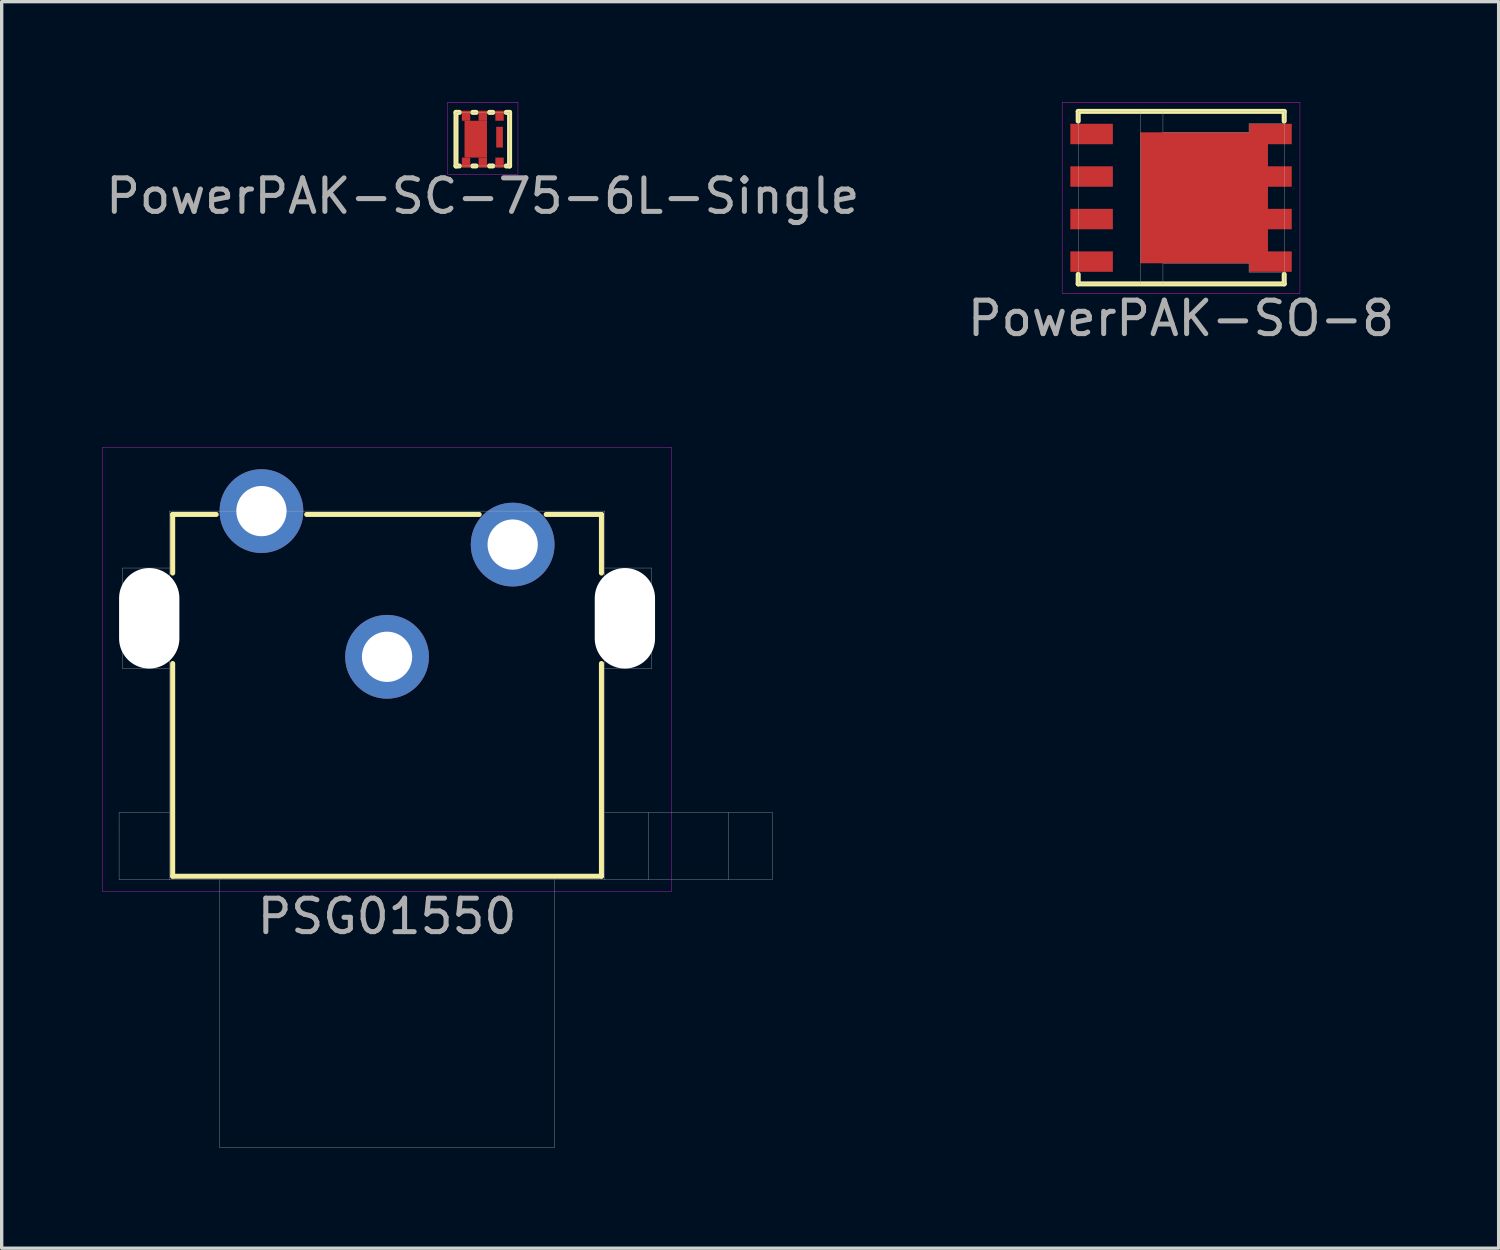
<source format=kicad_pcb>
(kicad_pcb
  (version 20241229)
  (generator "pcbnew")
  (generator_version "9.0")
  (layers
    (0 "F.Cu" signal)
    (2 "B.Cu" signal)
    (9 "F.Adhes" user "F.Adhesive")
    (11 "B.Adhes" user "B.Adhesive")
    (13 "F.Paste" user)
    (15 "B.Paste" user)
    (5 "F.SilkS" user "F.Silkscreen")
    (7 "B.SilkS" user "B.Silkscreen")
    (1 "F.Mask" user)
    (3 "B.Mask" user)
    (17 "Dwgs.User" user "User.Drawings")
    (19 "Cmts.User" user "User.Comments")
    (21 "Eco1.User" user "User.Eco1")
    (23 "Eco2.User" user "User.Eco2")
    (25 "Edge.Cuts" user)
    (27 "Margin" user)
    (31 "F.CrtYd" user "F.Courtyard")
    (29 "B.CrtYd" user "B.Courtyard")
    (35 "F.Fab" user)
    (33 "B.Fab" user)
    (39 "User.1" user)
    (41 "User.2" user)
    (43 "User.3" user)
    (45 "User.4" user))
  (footprint "PSG01550"
    (layer "F.Cu")
    (at 8.505 16.558)
    (property "Reference" "PSG01550" (at 0 7.75 0) (layer "F.Fab") (effects (font (size 1 1) (thickness 0.15))))
    (attr through_hole)
    (fp_line (start -6.4 -4.25) (end -6.4 -2.5) (stroke (width 0.15) (type solid)) (layer "F.SilkS"))
    (fp_line (start -6.4 -4.25) (end -5.1 -4.25) (stroke (width 0.15) (type solid)) (layer "F.SilkS"))
    (fp_line (start -6.4 0.2) (end -6.4 6.55) (stroke (width 0.15) (type solid)) (layer "F.SilkS"))
    (fp_line (start -6.4 6.55) (end 6.4 6.55) (stroke (width 0.15) (type solid)) (layer "F.SilkS"))
    (fp_line (start 2.75 -4.25) (end -2.4 -4.25) (stroke (width 0.15) (type solid)) (layer "F.SilkS"))
    (fp_line (start 6.4 -4.25) (end 4.75 -4.25) (stroke (width 0.15) (type solid)) (layer "F.SilkS"))
    (fp_line (start 6.4 -2.5) (end 6.4 -4.25) (stroke (width 0.15) (type solid)) (layer "F.SilkS"))
    (fp_line (start 6.4 6.55) (end 6.4 0.2) (stroke (width 0.15) (type solid)) (layer "F.SilkS"))
    (fp_line (start -8.5 -6.25) (end 8.5 -6.25) (stroke (width 0.01) (type solid)) (layer "F.CrtYd"))
    (fp_line (start -8.5 7) (end -8.5 -6.25) (stroke (width 0.01) (type solid)) (layer "F.CrtYd"))
    (fp_line (start 8.5 -6.25) (end 8.5 7) (stroke (width 0.01) (type solid)) (layer "F.CrtYd"))
    (fp_line (start 8.5 7) (end -8.5 7) (stroke (width 0.01) (type solid)) (layer "F.CrtYd"))
    (fp_line (start -8 4.65) (end -6.5 4.65) (stroke (width 0.01) (type solid)) (layer "F.Fab"))
    (fp_line (start -8 5.15) (end -8 4.65) (stroke (width 0.01) (type solid)) (layer "F.Fab"))
    (fp_line (start -8 6.65) (end -8 5.15) (stroke (width 0.01) (type solid)) (layer "F.Fab"))
    (fp_line (start -7.9 -2.65) (end -7.9 0.35) (stroke (width 0.01) (type solid)) (layer "F.Fab"))
    (fp_line (start -7.9 0.35) (end -6.5 0.35) (stroke (width 0.01) (type solid)) (layer "F.Fab"))
    (fp_line (start -6.5 -4.35) (end 6.5 -4.35) (stroke (width 0.01) (type solid)) (layer "F.Fab"))
    (fp_line (start -6.5 -2.65) (end -7.9 -2.65) (stroke (width 0.01) (type solid)) (layer "F.Fab"))
    (fp_line (start -6.5 6.65) (end -8 6.65) (stroke (width 0.01) (type solid)) (layer "F.Fab"))
    (fp_line (start -6.5 6.65) (end -6.5 -4.35) (stroke (width 0.01) (type solid)) (layer "F.Fab"))
    (fp_line (start -6.5 6.65) (end 6.5 6.65) (stroke (width 0.01) (type solid)) (layer "F.Fab"))
    (fp_line (start -5 6.65) (end -5 14.65) (stroke (width 0.01) (type solid)) (layer "F.Fab"))
    (fp_line (start -5 14.65) (end 5 14.65) (stroke (width 0.01) (type solid)) (layer "F.Fab"))
    (fp_line (start 5 14.65) (end 5 6.65) (stroke (width 0.01) (type solid)) (layer "F.Fab"))
    (fp_line (start 6.5 -4.35) (end 6.5 6.65) (stroke (width 0.01) (type solid)) (layer "F.Fab"))
    (fp_line (start 6.5 -2.65) (end 7.9 -2.65) (stroke (width 0.01) (type solid)) (layer "F.Fab"))
    (fp_line (start 6.5 6.65) (end 7.8 6.65) (stroke (width 0.01) (type solid)) (layer "F.Fab"))
    (fp_line (start 7.8 4.65) (end 6.5 4.65) (stroke (width 0.01) (type solid)) (layer "F.Fab"))
    (fp_line (start 7.8 4.65) (end 10.2 4.65) (stroke (width 0.01) (type solid)) (layer "F.Fab"))
    (fp_line (start 7.8 6.65) (end 7.8 4.65) (stroke (width 0.01) (type solid)) (layer "F.Fab"))
    (fp_line (start 7.9 -2.65) (end 7.9 0.35) (stroke (width 0.01) (type solid)) (layer "F.Fab"))
    (fp_line (start 7.9 0.35) (end 6.5 0.35) (stroke (width 0.01) (type solid)) (layer "F.Fab"))
    (fp_line (start 10.2 4.65) (end 10.2 6.65) (stroke (width 0.01) (type solid)) (layer "F.Fab"))
    (fp_line (start 10.2 4.65) (end 11.5 4.65) (stroke (width 0.01) (type solid)) (layer "F.Fab"))
    (fp_line (start 10.2 6.65) (end 7.8 6.65) (stroke (width 0.01) (type solid)) (layer "F.Fab"))
    (fp_line (start 11.5 4.65) (end 11.5 6.65) (stroke (width 0.01) (type solid)) (layer "F.Fab"))
    (fp_line (start 11.5 6.65) (end 10.2 6.65) (stroke (width 0.01) (type solid)) (layer "F.Fab"))
    (pad "" np_thru_hole oval (at -7.1 -1.15) (size 1.8 3) (drill oval 1.8 3) (layers "*.Cu" "*.Mask"))
    (pad "" np_thru_hole oval (at 7.1 -1.15) (size 1.8 3) (drill oval 1.8 3) (layers "*.Cu" "*.Mask"))
    (pad "1" thru_hole circle (at 0 0) (size 2.5 2.5) (drill 1.5) (layers "*.Cu" "*.Mask"))
    (pad "2" thru_hole circle (at 3.75 -3.35) (size 2.5 2.5) (drill 1.5) (layers "*.Cu" "*.Mask"))
    (pad "3" thru_hole circle (at -3.75 -4.35) (size 2.5 2.5) (drill 1.5) (layers "*.Cu" "*.Mask")))
  (footprint "PowerPAK-SC-75-6L-Single"
    (layer "F.Cu")
    (at 11.363 1.105)
    (property "Reference" "PowerPAK-SC-75-6L-Single" (at 0 1.7 0) (layer "F.Fab") (effects (font (size 1 1) (thickness 0.15))))
    (attr through_hole)
    (fp_line (start -0.8 -0.8) (end -0.8 0.8) (stroke (width 0.15) (type solid)) (layer "F.SilkS"))
    (fp_line (start -0.8 -0.8) (end -0.7 -0.8) (stroke (width 0.15) (type solid)) (layer "F.SilkS"))
    (fp_line (start -0.7 0.8) (end -0.8 0.8) (stroke (width 0.15) (type solid)) (layer "F.SilkS"))
    (fp_line (start -0.3 -0.8) (end -0.2 -0.8) (stroke (width 0.15) (type solid)) (layer "F.SilkS"))
    (fp_line (start -0.2 0.8) (end -0.3 0.8) (stroke (width 0.15) (type solid)) (layer "F.SilkS"))
    (fp_line (start 0.2 -0.8) (end 0.3 -0.8) (stroke (width 0.15) (type solid)) (layer "F.SilkS"))
    (fp_line (start 0.3 0.8) (end 0.2 0.8) (stroke (width 0.15) (type solid)) (layer "F.SilkS"))
    (fp_line (start 0.7 -0.8) (end 0.8 -0.8) (stroke (width 0.15) (type solid)) (layer "F.SilkS"))
    (fp_line (start 0.8 -0.8) (end 0.8 0.8) (stroke (width 0.15) (type solid)) (layer "F.SilkS"))
    (fp_line (start 0.8 0.8) (end 0.7 0.8) (stroke (width 0.15) (type solid)) (layer "F.SilkS"))
    (fp_line (start -1.05 -1.1) (end -1.05 1.05) (stroke (width 0.01) (type solid)) (layer "F.CrtYd"))
    (fp_line (start -1.05 1.05) (end 1.05 1.05) (stroke (width 0.01) (type solid)) (layer "F.CrtYd"))
    (fp_line (start 1.05 -1.1) (end -1.05 -1.1) (stroke (width 0.01) (type solid)) (layer "F.CrtYd"))
    (fp_line (start 1.05 1.05) (end 1.05 -1.1) (stroke (width 0.01) (type solid)) (layer "F.CrtYd"))
    (fp_line (start -0.8 -0.8) (end -0.8 0.8) (stroke (width 0.01) (type solid)) (layer "F.Fab"))
    (fp_line (start -0.8 0.8) (end 0.8 0.8) (stroke (width 0.01) (type solid)) (layer "F.Fab"))
    (fp_line (start 0.8 -0.8) (end -0.8 -0.8) (stroke (width 0.01) (type solid)) (layer "F.Fab"))
    (fp_line (start 0.8 0.8) (end 0.8 -0.8) (stroke (width 0.01) (type solid)) (layer "F.Fab"))
    (pad "D" smd rect (at -0.5 -0.7) (size 0.25 0.3) (layers "F.Cu" "F.Mask" "F.Paste"))
    (pad "D" smd rect (at -0.5 0.7) (size 0.25 0.3) (layers "F.Cu" "F.Mask" "F.Paste"))
    (pad "D" smd rect (at -0.21 0) (size 0.67 1.1) (layers "F.Cu" "F.Mask" "F.Paste"))
    (pad "D" smd rect (at 0 -0.7) (size 0.25 0.3) (layers "F.Cu" "F.Mask" "F.Paste"))
    (pad "D" smd rect (at 0 0.7) (size 0.25 0.3) (layers "F.Cu" "F.Mask" "F.Paste"))
    (pad "G" smd rect (at 0.5 0.7) (size 0.25 0.3) (layers "F.Cu" "F.Mask" "F.Paste"))
    (pad "S" smd rect (at 0.5 -0.7) (size 0.25 0.3) (layers "F.Cu" "F.Mask" "F.Paste"))
    (pad "S" smd rect (at 0.5 -0.06) (size 0.2 0.62) (layers "F.Cu" "F.Mask" "F.Paste")))
  (footprint "PowerPAK-SO-8"
    (layer "F.Cu")
    (at 32.208 2.855)
    (property "Reference" "PowerPAK-SO-8" (at 0 3.6 0) (layer "F.Fab") (effects (font (size 1 1) (thickness 0.15))))
    (attr through_hole)
    (fp_line (start -3.07 -2.58) (end 3.08 -2.58) (stroke (width 0.15) (type solid)) (layer "F.SilkS"))
    (fp_line (start -3.07 -2.575) (end -3.07 -2.29) (stroke (width 0.15) (type solid)) (layer "F.SilkS"))
    (fp_line (start -3.07 2.285) (end -3.07 2.57) (stroke (width 0.15) (type solid)) (layer "F.SilkS"))
    (fp_line (start -3.07 2.57) (end 3.08 2.57) (stroke (width 0.15) (type solid)) (layer "F.SilkS"))
    (fp_line (start 3.08 -2.575) (end 3.08 -2.29) (stroke (width 0.15) (type solid)) (layer "F.SilkS"))
    (fp_line (start 3.08 2.285) (end 3.08 2.57) (stroke (width 0.15) (type solid)) (layer "F.SilkS"))
    (fp_line (start -3.55 -2.85) (end -3.55 2.85) (stroke (width 0.01) (type solid)) (layer "F.CrtYd"))
    (fp_line (start -3.55 2.85) (end 3.55 2.85) (stroke (width 0.01) (type solid)) (layer "F.CrtYd"))
    (fp_line (start 3.55 -2.85) (end -3.55 -2.85) (stroke (width 0.01) (type solid)) (layer "F.CrtYd"))
    (fp_line (start 3.55 2.85) (end 3.55 -2.85) (stroke (width 0.01) (type solid)) (layer "F.CrtYd"))
    (fp_line (start -3.07 -2.58) (end 3.08 -2.58) (stroke (width 0.01) (type solid)) (layer "F.Fab"))
    (fp_line (start -3.07 2.57) (end -3.07 -2.58) (stroke (width 0.01) (type solid)) (layer "F.Fab"))
    (fp_line (start -1.21 -2.58) (end -1.21 2.57) (stroke (width 0.01) (type solid)) (layer "F.Fab"))
    (fp_line (start -0.54 -2.58) (end -0.54 -1.96) (stroke (width 0.01) (type solid)) (layer "F.Fab"))
    (fp_line (start -0.54 -1.96) (end 2.03 -1.96) (stroke (width 0.01) (type solid)) (layer "F.Fab"))
    (fp_line (start -0.54 1.96) (end -0.54 2.57) (stroke (width 0.01) (type solid)) (layer "F.Fab"))
    (fp_line (start -0.54 1.96) (end 2.03 1.96) (stroke (width 0.01) (type solid)) (layer "F.Fab"))
    (fp_line (start 2.03 -2.21) (end 3.08 -2.21) (stroke (width 0.01) (type solid)) (layer "F.Fab"))
    (fp_line (start 2.03 -1.96) (end 2.03 -2.21) (stroke (width 0.01) (type solid)) (layer "F.Fab"))
    (fp_line (start 2.03 1.96) (end 2.03 2.22) (stroke (width 0.01) (type solid)) (layer "F.Fab"))
    (fp_line (start 2.03 2.22) (end 3.08 2.22) (stroke (width 0.01) (type solid)) (layer "F.Fab"))
    (fp_line (start 3.08 -2.58) (end 3.08 2.57) (stroke (width 0.01) (type solid)) (layer "F.Fab"))
    (fp_line (start 3.08 2.57) (end -3.07 2.57) (stroke (width 0.01) (type solid)) (layer "F.Fab"))
    (pad "D" smd rect (at 0.69 0) (size 3.81 3.91) (layers "F.Cu" "F.Mask" "F.Paste"))
    (pad "D" smd rect (at 2.67 -1.905) (size 1.27 0.61) (layers "F.Cu" "F.Mask" "F.Paste"))
    (pad "D" smd rect (at 2.67 -0.635) (size 1.27 0.61) (layers "F.Cu" "F.Mask" "F.Paste"))
    (pad "D" smd rect (at 2.67 0.635) (size 1.27 0.61) (layers "F.Cu" "F.Mask" "F.Paste"))
    (pad "D" smd rect (at 2.67 1.905) (size 1.27 0.61) (layers "F.Cu" "F.Mask" "F.Paste"))
    (pad "G" smd rect (at -2.67 1.905) (size 1.27 0.61) (layers "F.Cu" "F.Mask" "F.Paste"))
    (pad "S" smd rect (at -2.67 -1.905) (size 1.27 0.61) (layers "F.Cu" "F.Mask" "F.Paste"))
    (pad "S" smd rect (at -2.67 -0.635) (size 1.27 0.61) (layers "F.Cu" "F.Mask" "F.Paste"))
    (pad "S" smd rect (at -2.67 0.635) (size 1.27 0.61) (layers "F.Cu" "F.Mask" "F.Paste")))
  (gr_rect
    (start -3 -3)
    (end 41.69 34.213)
    (stroke (width 0.1) (type default))
    (fill no)
    (layer "Edge.Cuts")))
</source>
